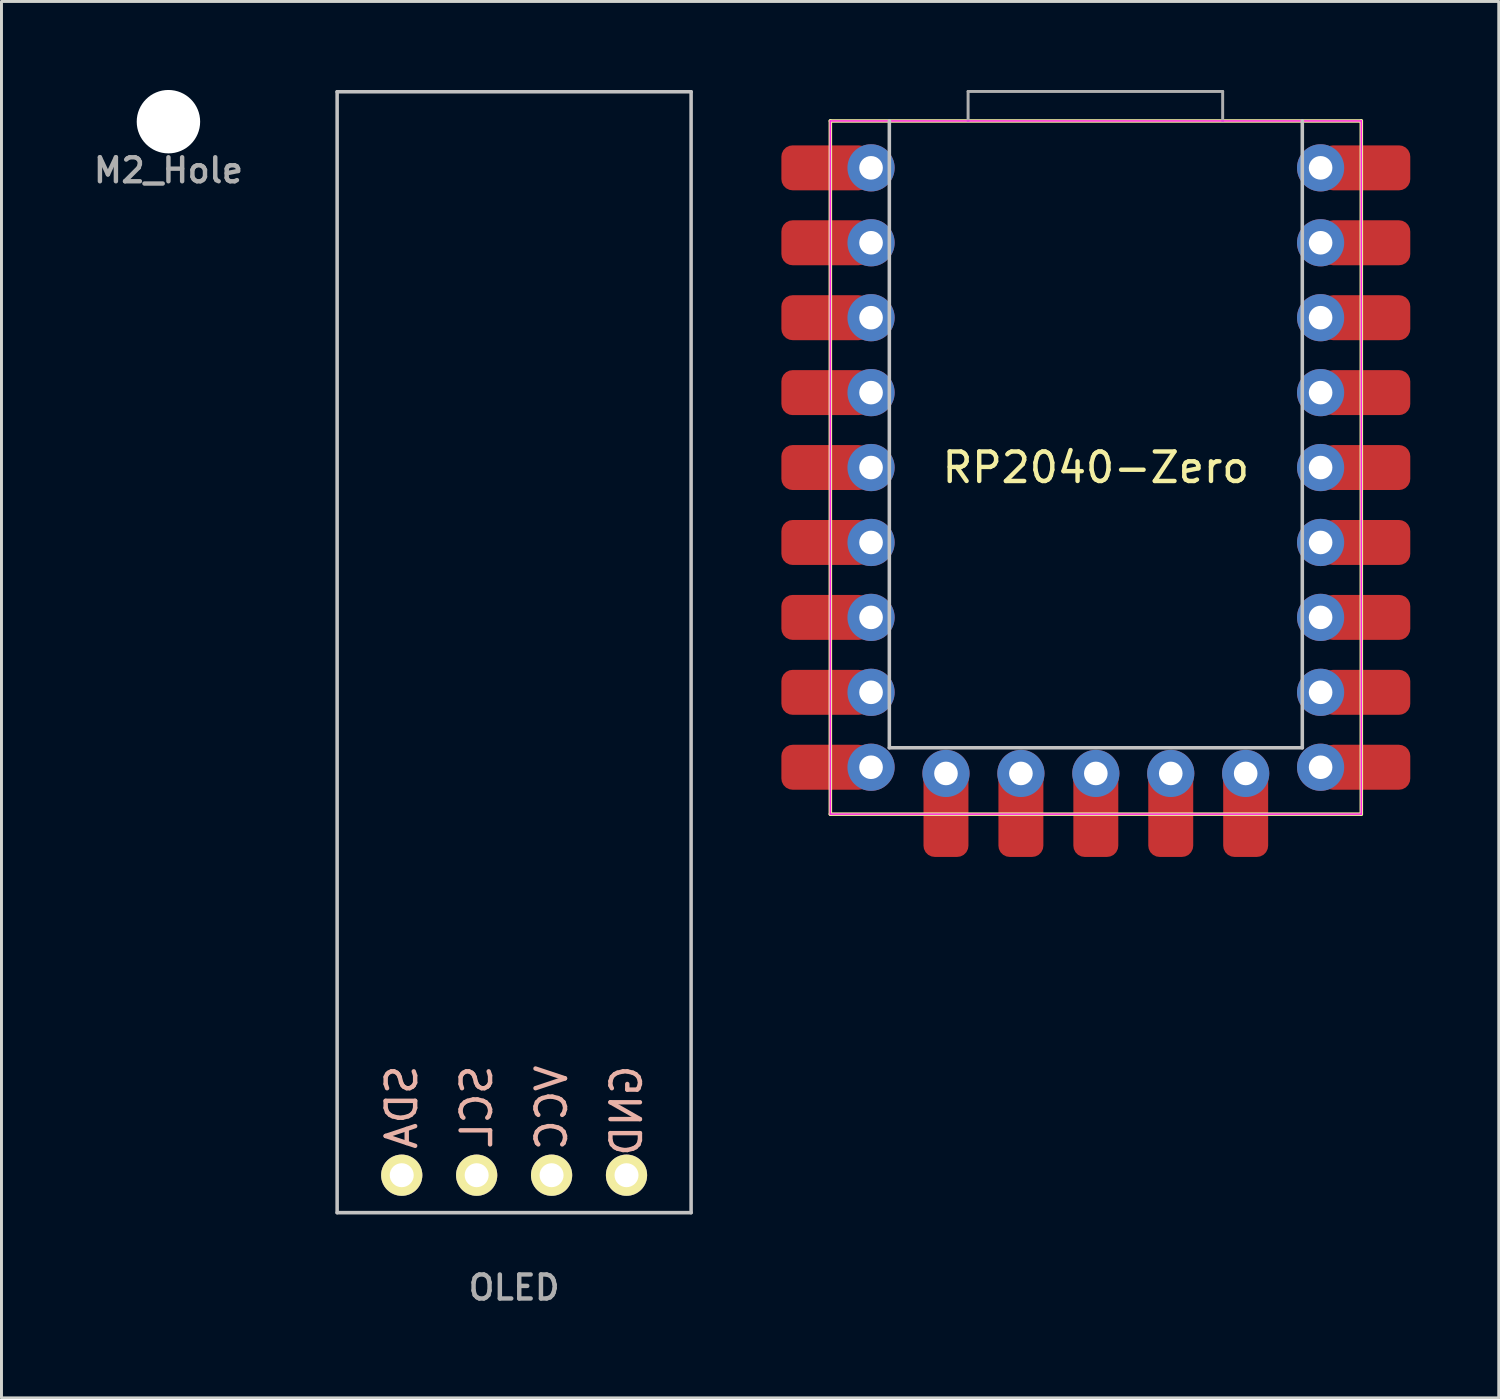
<source format=kicad_pcb>
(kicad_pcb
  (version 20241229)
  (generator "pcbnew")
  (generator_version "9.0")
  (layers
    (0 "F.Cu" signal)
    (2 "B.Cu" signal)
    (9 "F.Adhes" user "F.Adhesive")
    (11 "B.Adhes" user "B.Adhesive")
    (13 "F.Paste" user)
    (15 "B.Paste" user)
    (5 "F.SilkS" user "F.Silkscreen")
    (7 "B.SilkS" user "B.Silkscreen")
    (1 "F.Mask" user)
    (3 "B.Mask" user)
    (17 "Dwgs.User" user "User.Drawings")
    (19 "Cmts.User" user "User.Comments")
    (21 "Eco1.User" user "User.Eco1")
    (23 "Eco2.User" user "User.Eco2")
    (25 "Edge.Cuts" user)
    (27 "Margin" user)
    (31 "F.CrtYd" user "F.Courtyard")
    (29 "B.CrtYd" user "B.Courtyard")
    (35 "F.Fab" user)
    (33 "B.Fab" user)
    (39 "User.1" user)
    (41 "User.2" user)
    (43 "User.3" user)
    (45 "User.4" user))
  (footprint "OLED"
    (layer "F.Cu")
    (at 14.379 36.79)
    (property "Reference" "OLED" (at 0 3.81 180) (layer "F.Fab") (effects (font (size 0.813 0.813) (thickness 0.15))))
    (attr through_hole)
    (fp_line (start -6 -36.73) (end 6 -36.73) (stroke (width 0.12) (type solid)) (layer "Dwgs.User"))
    (fp_line (start -6 1.27) (end -6 -36.73) (stroke (width 0.12) (type solid)) (layer "Dwgs.User"))
    (fp_line (start -6 1.27) (end 6 1.27) (stroke (width 0.12) (type solid)) (layer "Dwgs.User"))
    (fp_line (start 6 -36.73) (end 6 1.27) (stroke (width 0.12) (type solid)) (layer "Dwgs.User"))
    (fp_text user "VCC" (at 1.27 -3.81 90) (unlocked yes) (layer "B.SilkS") (effects (font (size 1 1) (thickness 0.15)) (justify left mirror)))
    (fp_text user "SDA" (at -3.81 -3.81 90) (unlocked yes) (layer "B.SilkS") (effects (font (size 1 1) (thickness 0.15)) (justify left mirror)))
    (fp_text user "GND" (at 3.81 -3.81 90) (unlocked yes) (layer "B.SilkS") (effects (font (size 1 1) (thickness 0.15)) (justify left mirror)))
    (fp_text user "SCL" (at -1.27 -3.81 90) (unlocked yes) (layer "B.SilkS") (effects (font (size 1 1) (thickness 0.15)) (justify left mirror)))
    (pad "1" thru_hole circle (at -3.81 0) (size 1.397 1.397) (drill 0.813) (layers "*.Cu" "B.Mask" "F.SilkS"))
    (pad "2" thru_hole circle (at -1.27 0) (size 1.397 1.397) (drill 0.813) (layers "*.Cu" "B.Mask" "F.SilkS"))
    (pad "3" thru_hole circle (at 1.27 0) (size 1.397 1.397) (drill 0.813) (layers "*.Cu" "B.Mask" "F.SilkS"))
    (pad "4" thru_hole circle (at 3.81 0) (size 1.397 1.397) (drill 0.813) (layers "*.Cu" "B.Mask" "F.SilkS")))
  (footprint "M2_Hole"
    (layer "F.Cu")
    (at 2.66 1.075)
    (property "Reference" "M2_Hole" (at 0 1.651 0) (layer "F.Fab") (effects (font (size 0.813 0.813) (thickness 0.15))))
    (attr through_hole)
    (pad "" np_thru_hole circle (at 0 0) (size 2.15 2.15) (drill 2.15) (layers "*.Cu" "*.Mask")))
  (footprint "RP2040-Zero"
    (layer "F.Cu")
    (at 34.099 12.8)
    (property "Reference" "RP2040-Zero" (at 0 0 0) (unlocked yes) (layer "F.SilkS") (effects (font (size 1 1) (thickness 0.15))))
    (attr through_hole)
    (fp_line (start -9 -11.75) (end -9 11.75) (stroke (width 0.12) (type solid)) (layer "F.SilkS"))
    (fp_line (start -9 11.75) (end 9 11.75) (stroke (width 0.12) (type solid)) (layer "F.SilkS"))
    (fp_line (start 9 -11.75) (end -9 -11.75) (stroke (width 0.12) (type solid)) (layer "F.SilkS"))
    (fp_line (start 9 11.75) (end 9 -11.75) (stroke (width 0.12) (type solid)) (layer "F.SilkS"))
    (fp_line (start -7 -11.75) (end -7 9.5) (stroke (width 0.12) (type solid)) (layer "Dwgs.User"))
    (fp_line (start -7 9.5) (end 7 9.5) (stroke (width 0.12) (type solid)) (layer "Dwgs.User"))
    (fp_line (start 7 9.5) (end 7 -11.75) (stroke (width 0.12) (type solid)) (layer "Dwgs.User"))
    (fp_line (start -9 -11.75) (end 9 -11.75) (stroke (width 0.05) (type solid)) (layer "F.CrtYd"))
    (fp_line (start -9 11.75) (end -9 -11.75) (stroke (width 0.05) (type solid)) (layer "F.CrtYd"))
    (fp_line (start 9 -11.75) (end 9 11.75) (stroke (width 0.05) (type solid)) (layer "F.CrtYd"))
    (fp_line (start 9 11.75) (end -9 11.75) (stroke (width 0.05) (type solid)) (layer "F.CrtYd"))
    (fp_line (start -4.33 -12.75) (end -4.33 -11.75) (stroke (width 0.1) (type solid)) (layer "F.Fab"))
    (fp_line (start -4.33 -12.75) (end 4.3 -12.75) (stroke (width 0.1) (type solid)) (layer "F.Fab"))
    (fp_line (start 4.3 -12.75) (end 4.3 -11.75) (stroke (width 0.1) (type solid)) (layer "F.Fab"))
    (pad "1" thru_hole circle (at 7.62 -10.16) (size 1.6 1.6) (drill 0.8) (layers "*.Cu" "*.Mask"))
    (pad "1" smd roundrect (at 9.16 -10.16 180) (size 3 1.524) (layers "F.Cu" "F.Mask" "F.Paste") (roundrect_rratio 0.25))
    (pad "2" thru_hole circle (at 7.62 -7.62) (size 1.6 1.6) (drill 0.8) (layers "*.Cu" "*.Mask"))
    (pad "2" smd roundrect (at 9.16 -7.62 180) (size 3 1.524) (layers "F.Cu" "F.Mask" "F.Paste") (roundrect_rratio 0.25))
    (pad "3" thru_hole circle (at 7.62 -5.08) (size 1.6 1.6) (drill 0.8) (layers "*.Cu" "*.Mask"))
    (pad "3" smd roundrect (at 9.16 -5.08 180) (size 3 1.524) (layers "F.Cu" "F.Mask" "F.Paste") (roundrect_rratio 0.25))
    (pad "4" thru_hole circle (at 7.62 -2.54) (size 1.6 1.6) (drill 0.8) (layers "*.Cu" "*.Mask"))
    (pad "4" smd roundrect (at 9.16 -2.54 180) (size 3 1.524) (layers "F.Cu" "F.Mask" "F.Paste") (roundrect_rratio 0.25))
    (pad "5" thru_hole circle (at 7.62 0) (size 1.6 1.6) (drill 0.8) (layers "*.Cu" "*.Mask"))
    (pad "5" smd roundrect (at 9.16 0 180) (size 3 1.524) (layers "F.Cu" "F.Mask" "F.Paste") (roundrect_rratio 0.25))
    (pad "6" thru_hole circle (at 7.62 2.54) (size 1.6 1.6) (drill 0.8) (layers "*.Cu" "*.Mask"))
    (pad "6" smd roundrect (at 9.16 2.54 180) (size 3 1.524) (layers "F.Cu" "F.Mask" "F.Paste") (roundrect_rratio 0.25))
    (pad "7" thru_hole circle (at 7.62 5.08) (size 1.6 1.6) (drill 0.8) (layers "*.Cu" "*.Mask"))
    (pad "7" smd roundrect (at 9.16 5.08 180) (size 3 1.524) (layers "F.Cu" "F.Mask" "F.Paste") (roundrect_rratio 0.25))
    (pad "8" thru_hole circle (at 7.62 7.62) (size 1.6 1.6) (drill 0.8) (layers "*.Cu" "*.Mask"))
    (pad "8" smd roundrect (at 9.16 7.62 180) (size 3 1.524) (layers "F.Cu" "F.Mask" "F.Paste") (roundrect_rratio 0.25))
    (pad "9" thru_hole circle (at 7.62 10.16) (size 1.6 1.6) (drill 0.8) (layers "*.Cu" "*.Mask"))
    (pad "9" smd roundrect (at 9.16 10.16 180) (size 3 1.524) (layers "F.Cu" "F.Mask" "F.Paste") (roundrect_rratio 0.25))
    (pad "10" thru_hole circle (at 5.08 10.37) (size 1.6 1.6) (drill 0.8) (layers "*.Cu" "*.Mask"))
    (pad "10" smd roundrect (at 5.08 11.7 270) (size 3 1.524) (layers "F.Cu" "F.Mask" "F.Paste") (roundrect_rratio 0.25))
    (pad "11" thru_hole circle (at 2.54 10.37) (size 1.6 1.6) (drill 0.8) (layers "*.Cu" "*.Mask"))
    (pad "11" smd roundrect (at 2.54 11.7 270) (size 3 1.524) (layers "F.Cu" "F.Mask" "F.Paste") (roundrect_rratio 0.25))
    (pad "12" thru_hole circle (at 0 10.37) (size 1.6 1.6) (drill 0.8) (layers "*.Cu" "*.Mask"))
    (pad "12" smd roundrect (at 0 11.7 270) (size 3 1.524) (layers "F.Cu" "F.Mask" "F.Paste") (roundrect_rratio 0.25))
    (pad "13" thru_hole circle (at -2.54 10.37) (size 1.6 1.6) (drill 0.8) (layers "*.Cu" "*.Mask"))
    (pad "13" smd roundrect (at -2.54 11.7 270) (size 3 1.524) (layers "F.Cu" "F.Mask" "F.Paste") (roundrect_rratio 0.25))
    (pad "14" thru_hole circle (at -5.08 10.37) (size 1.6 1.6) (drill 0.8) (layers "*.Cu" "*.Mask"))
    (pad "14" smd roundrect (at -5.08 11.7 90) (size 3 1.524) (layers "F.Cu" "F.Mask" "F.Paste") (roundrect_rratio 0.25))
    (pad "15" smd roundrect (at -9.16 10.16 180) (size 3 1.524) (layers "F.Cu" "F.Mask" "F.Paste") (roundrect_rratio 0.25))
    (pad "15" thru_hole circle (at -7.62 10.16) (size 1.6 1.6) (drill 0.8) (layers "*.Cu" "*.Mask"))
    (pad "16" smd roundrect (at -9.16 7.62 180) (size 3 1.524) (layers "F.Cu" "F.Mask" "F.Paste") (roundrect_rratio 0.25))
    (pad "16" thru_hole circle (at -7.62 7.62) (size 1.6 1.6) (drill 0.8) (layers "*.Cu" "*.Mask"))
    (pad "17" smd roundrect (at -9.16 5.08 180) (size 3 1.524) (layers "F.Cu" "F.Mask" "F.Paste") (roundrect_rratio 0.25))
    (pad "17" thru_hole circle (at -7.62 5.08) (size 1.6 1.6) (drill 0.8) (layers "*.Cu" "*.Mask"))
    (pad "18" smd roundrect (at -9.16 2.54 180) (size 3 1.524) (layers "F.Cu" "F.Mask" "F.Paste") (roundrect_rratio 0.25))
    (pad "18" thru_hole circle (at -7.62 2.54) (size 1.6 1.6) (drill 0.8) (layers "*.Cu" "*.Mask"))
    (pad "19" smd roundrect (at -9.16 0 180) (size 3 1.524) (layers "F.Cu" "F.Mask" "F.Paste") (roundrect_rratio 0.25))
    (pad "19" thru_hole circle (at -7.62 0) (size 1.6 1.6) (drill 0.8) (layers "*.Cu" "*.Mask"))
    (pad "20" smd roundrect (at -9.16 -2.54 180) (size 3 1.524) (layers "F.Cu" "F.Mask" "F.Paste") (roundrect_rratio 0.25))
    (pad "20" thru_hole circle (at -7.62 -2.54) (size 1.6 1.6) (drill 0.8) (layers "*.Cu" "*.Mask"))
    (pad "21" smd roundrect (at -9.16 -5.08 180) (size 3 1.524) (layers "F.Cu" "F.Mask" "F.Paste") (roundrect_rratio 0.25))
    (pad "21" thru_hole circle (at -7.62 -5.08) (size 1.6 1.6) (drill 0.8) (layers "*.Cu" "*.Mask"))
    (pad "22" smd roundrect (at -9.16 -10.16 180) (size 3 1.524) (layers "F.Cu" "F.Mask" "F.Paste") (roundrect_rratio 0.25))
    (pad "22" thru_hole circle (at -7.62 -10.16) (size 1.6 1.6) (drill 0.8) (layers "*.Cu" "*.Mask"))
    (pad "23" smd roundrect (at -9.16 -7.62 180) (size 3 1.524) (layers "F.Cu" "F.Mask" "F.Paste") (roundrect_rratio 0.25))
    (pad "23" thru_hole circle (at -7.62 -7.62) (size 1.6 1.6) (drill 0.8) (layers "*.Cu" "*.Mask")))
  (gr_rect
    (start -3 -3)
    (end 47.759 44.339)
    (stroke (width 0.1) (type default))
    (fill no)
    (layer "Edge.Cuts")))
</source>
